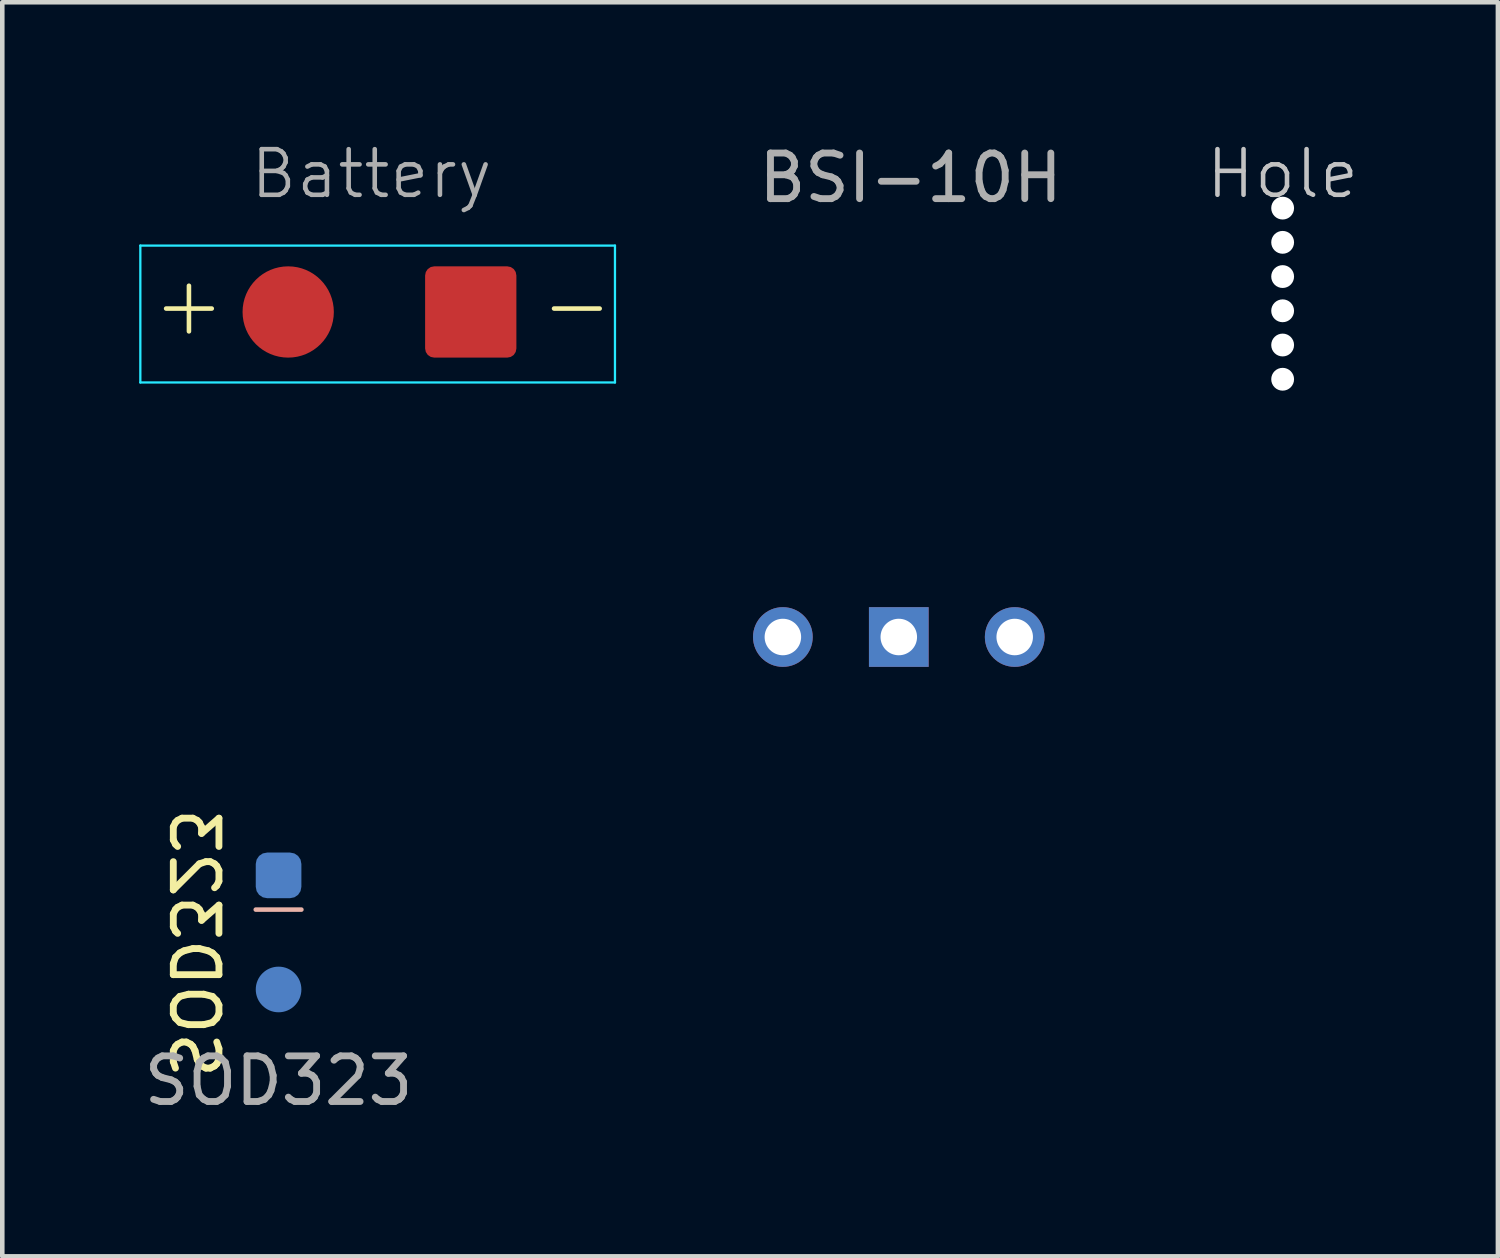
<source format=kicad_pcb>
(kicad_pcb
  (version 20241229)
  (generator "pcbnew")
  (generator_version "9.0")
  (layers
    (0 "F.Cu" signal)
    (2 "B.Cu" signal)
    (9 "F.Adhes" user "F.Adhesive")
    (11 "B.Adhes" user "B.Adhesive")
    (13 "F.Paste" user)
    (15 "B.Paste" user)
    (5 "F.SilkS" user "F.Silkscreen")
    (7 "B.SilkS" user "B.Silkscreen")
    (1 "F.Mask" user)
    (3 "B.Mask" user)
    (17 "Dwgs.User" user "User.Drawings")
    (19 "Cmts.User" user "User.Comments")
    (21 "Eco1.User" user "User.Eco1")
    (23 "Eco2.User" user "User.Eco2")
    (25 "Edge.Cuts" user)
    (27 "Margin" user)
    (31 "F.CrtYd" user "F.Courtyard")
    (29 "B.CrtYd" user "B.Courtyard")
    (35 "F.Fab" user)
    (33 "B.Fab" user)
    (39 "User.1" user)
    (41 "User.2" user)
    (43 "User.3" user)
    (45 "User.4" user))
  (footprint "BSI-10H"
    (layer "F.Cu")
    (at 16.644 7.608)
    (property "Reference" "BSI-10H" (at 0.26 -6.76 0) (unlocked yes) (layer "F.Fab") (effects (font (size 1 1) (thickness 0.15))))
    (attr smd)
    (pad "1" thru_hole rect (at 0 3.3) (size 1.308 1.308) (drill 0.8) (layers "*.Cu" "*.Mask"))
    (pad "2" thru_hole circle (at -2.54 3.3) (size 1.308 1.308) (drill 0.8) (layers "*.Cu" "*.Mask"))
    (pad "3" thru_hole circle (at 2.54 3.3) (size 1.308 1.308) (drill 0.8) (layers "*.Cu" "*.Mask")))
  (footprint "Battery"
    (layer "F.Cu")
    (at 5.09 3.711)
    (property "Reference" "Battery" (at 0 -2.95 0) (unlocked yes) (layer "F.Fab") (effects (font (size 1 1) (thickness 0.1))))
    (attr smd)
    (fp_line (start -4 -0.5) (end -4 0.5) (stroke (width 0.1) (type default)) (layer "F.SilkS"))
    (fp_line (start -3.5 0) (end -4.5 0) (stroke (width 0.1) (type default)) (layer "F.SilkS"))
    (fp_line (start 4 0) (end 5 0) (stroke (width 0.1) (type default)) (layer "F.SilkS"))
    (fp_line (start -5.065 -1.38) (end -5.065 1.62) (stroke (width 0.05) (type default)) (layer "B.CrtYd"))
    (fp_line (start 5.335 -1.38) (end -5.065 -1.38) (stroke (width 0.05) (type default)) (layer "B.CrtYd"))
    (fp_line (start 5.335 -1.38) (end 5.335 1.62) (stroke (width 0.05) (type default)) (layer "B.CrtYd"))
    (fp_line (start 5.335 1.62) (end -5.065 1.62) (stroke (width 0.05) (type default)) (layer "B.CrtYd"))
    (pad "1" smd circle (at -1.825 0.075) (size 2 2) (layers "F.Cu" "F.Mask" "F.Paste"))
    (pad "2" smd roundrect (at 2.175 0.075 90) (size 2 2) (layers "F.Cu" "F.Mask" "F.Paste") (roundrect_rratio 0.1)))
  (footprint "SOD323"
    (layer "F.Cu")
    (at 3.054 17.381)
    (property "Reference" "SOD323" (at -1.852 0.235 270) (unlocked yes) (layer "F.SilkS") (effects (font (size 1 1) (thickness 0.15)) (justify mirror)))
    (attr smd)
    (fp_line (start -0.5 -0.5) (end 0.5 -0.5) (stroke (width 0.1) (type default)) (layer "B.SilkS"))
    (fp_text user "${REFERENCE}" (at 0 3.25 0) (layer "F.Fab") (effects (font (size 1 1) (thickness 0.15))))
    (pad "1" smd roundrect (at 0 -1.25 270) (size 1 1) (layers "B.Cu" "B.Mask" "B.Paste") (roundrect_rratio 0.25))
    (pad "2" smd circle (at 0 1.25 270) (size 1 1) (layers "B.Cu" "B.Mask" "B.Paste")))
  (footprint "Hole"
    (layer "F.Cu")
    (at 25.055 3.26)
    (property "Reference" "Hole" (at 0 -2.5 0) (unlocked yes) (layer "Dwgs.User") (effects (font (size 1 1) (thickness 0.1))))
    (attr smd)
    (pad "" np_thru_hole circle (at 0 -1.75 180) (size 0.5 0.5) (drill 0.5) (layers "*.Cu" "*.Mask"))
    (pad "" np_thru_hole circle (at 0 -1 180) (size 0.5 0.5) (drill 0.5) (layers "*.Cu" "*.Mask"))
    (pad "" np_thru_hole circle (at 0 -0.25 180) (size 0.5 0.5) (drill 0.5) (layers "*.Cu" "*.Mask"))
    (pad "" np_thru_hole circle (at 0 0.5 180) (size 0.5 0.5) (drill 0.5) (layers "*.Cu" "*.Mask"))
    (pad "" np_thru_hole circle (at 0 1.25 180) (size 0.5 0.5) (drill 0.5) (layers "*.Cu" "*.Mask"))
    (pad "" np_thru_hole circle (at 0 2 180) (size 0.5 0.5) (drill 0.5) (layers "*.Cu" "*.Mask")))
  (gr_rect
    (start -3 -3)
    (end 29.772 24.479)
    (stroke (width 0.1) (type default))
    (fill no)
    (layer "Edge.Cuts")))
</source>
